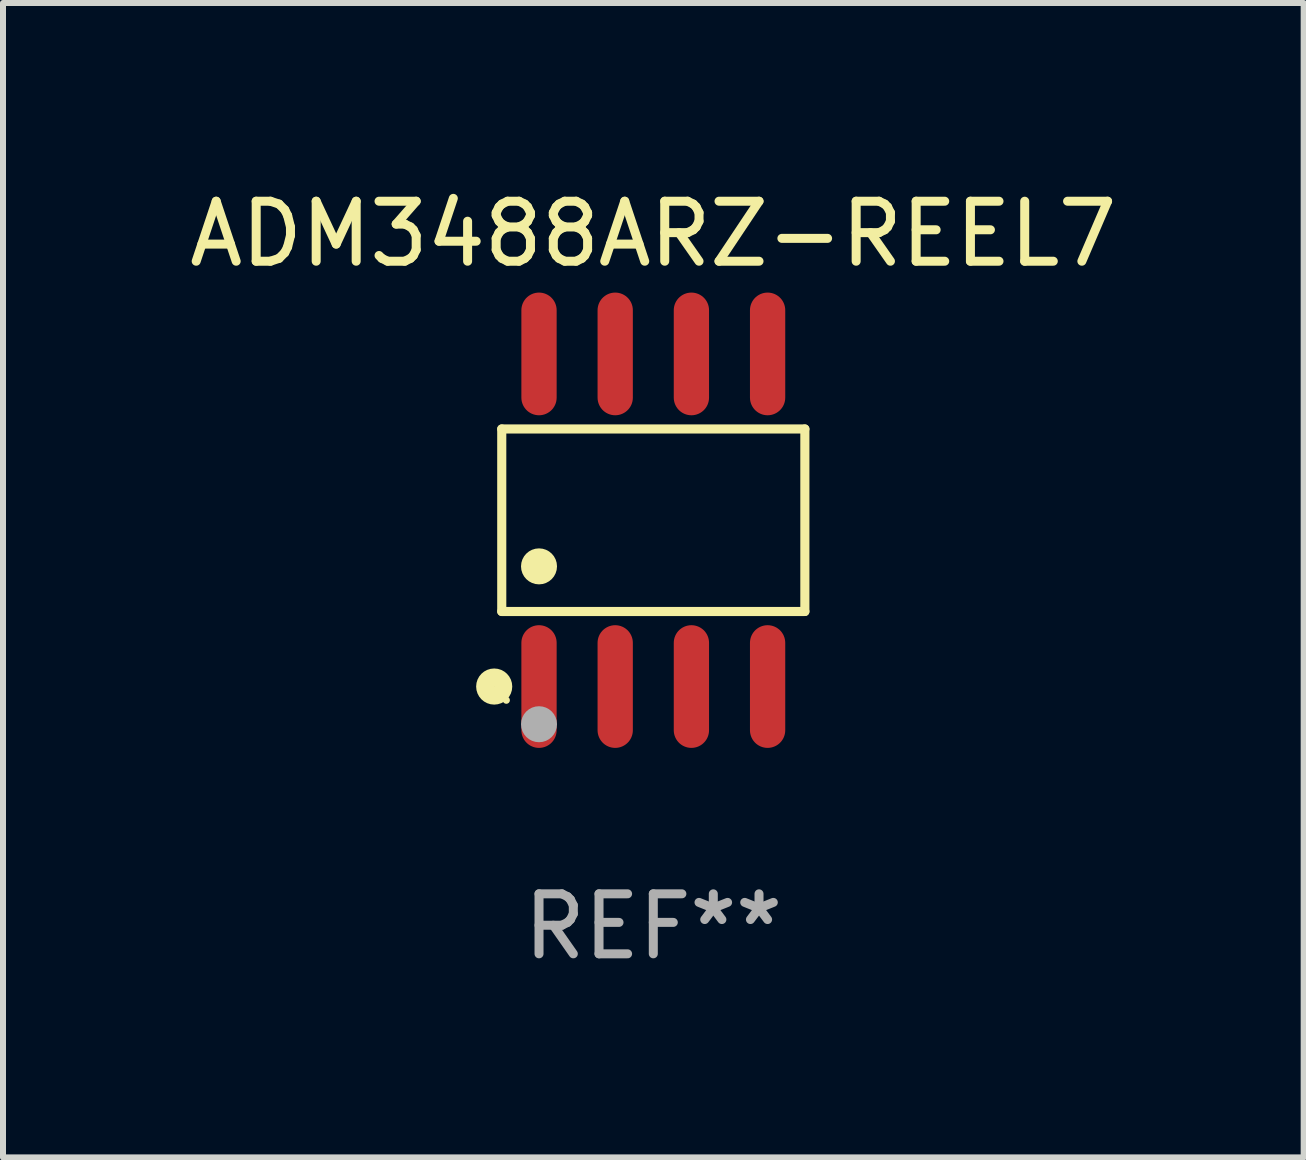
<source format=kicad_pcb>
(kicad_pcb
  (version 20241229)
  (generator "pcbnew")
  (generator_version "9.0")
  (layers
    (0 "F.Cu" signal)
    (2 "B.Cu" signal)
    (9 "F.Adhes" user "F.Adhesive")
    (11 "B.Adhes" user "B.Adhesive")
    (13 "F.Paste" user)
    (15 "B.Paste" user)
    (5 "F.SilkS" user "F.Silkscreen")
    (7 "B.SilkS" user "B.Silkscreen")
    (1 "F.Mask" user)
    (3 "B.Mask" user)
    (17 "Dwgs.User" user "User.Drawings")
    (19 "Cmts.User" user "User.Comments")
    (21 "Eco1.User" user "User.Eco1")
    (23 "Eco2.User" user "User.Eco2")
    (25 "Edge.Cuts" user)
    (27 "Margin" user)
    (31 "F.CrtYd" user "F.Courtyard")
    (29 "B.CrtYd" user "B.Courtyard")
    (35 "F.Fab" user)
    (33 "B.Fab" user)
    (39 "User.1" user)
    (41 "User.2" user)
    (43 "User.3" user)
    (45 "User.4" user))
  (footprint "ADM3488ARZ-REEL7"
    (layer "F.Cu")
    (at 7.839 5.621)
    (property "Reference" "ADM3488ARZ-REEL7" (at 0 -4.772 0) (layer "F.SilkS") (effects (font (size 1 1) (thickness 0.15))))
    (attr through_hole)
    (fp_line (start -2.526 -1.521) (end 2.526 -1.521) (stroke (width 0.152) (type solid)) (layer "F.SilkS"))
    (fp_line (start -2.526 1.521) (end -2.526 -1.521) (stroke (width 0.152) (type solid)) (layer "F.SilkS"))
    (fp_line (start 2.526 -1.521) (end 2.526 1.521) (stroke (width 0.152) (type solid)) (layer "F.SilkS"))
    (fp_line (start 2.526 1.521) (end -2.526 1.521) (stroke (width 0.152) (type solid)) (layer "F.SilkS"))
    (fp_circle (center -2.652 2.772) (end -2.501 2.772) (stroke (width 0.3) (type solid)) (fill no) (layer "F.SilkS"))
    (fp_circle (center -2.45 3) (end -2.42 3) (stroke (width 0.06) (type solid)) (fill no) (layer "F.SilkS"))
    (fp_circle (center -1.905 0.769) (end -1.755 0.769) (stroke (width 0.3) (type solid)) (fill no) (layer "F.SilkS"))
    (fp_circle (center -1.905 3.4) (end -1.755 3.4) (stroke (width 0.3) (type solid)) (fill no) (layer "F.Fab"))
    (fp_text user "REF**" (at 0 6.772 0) (layer "F.Fab") (effects (font (size 1 1) (thickness 0.15))))
    (pad "1" smd oval (at -1.905 2.772) (size 0.588 2.045) (layers "F.Cu" "F.Mask" "F.Paste"))
    (pad "2" smd oval (at -0.635 2.772) (size 0.588 2.045) (layers "F.Cu" "F.Mask" "F.Paste"))
    (pad "3" smd oval (at 0.635 2.772) (size 0.588 2.045) (layers "F.Cu" "F.Mask" "F.Paste"))
    (pad "4" smd oval (at 1.905 2.772) (size 0.588 2.045) (layers "F.Cu" "F.Mask" "F.Paste"))
    (pad "5" smd oval (at 1.905 -2.772) (size 0.588 2.045) (layers "F.Cu" "F.Mask" "F.Paste"))
    (pad "6" smd oval (at 0.635 -2.772) (size 0.588 2.045) (layers "F.Cu" "F.Mask" "F.Paste"))
    (pad "7" smd oval (at -0.635 -2.772) (size 0.588 2.045) (layers "F.Cu" "F.Mask" "F.Paste"))
    (pad "8" smd oval (at -1.905 -2.772) (size 0.588 2.045) (layers "F.Cu" "F.Mask" "F.Paste")))
  (gr_rect
    (start -3 -3)
    (end 18.679 16.241)
    (stroke (width 0.1) (type default))
    (fill no)
    (layer "Edge.Cuts")))
</source>
